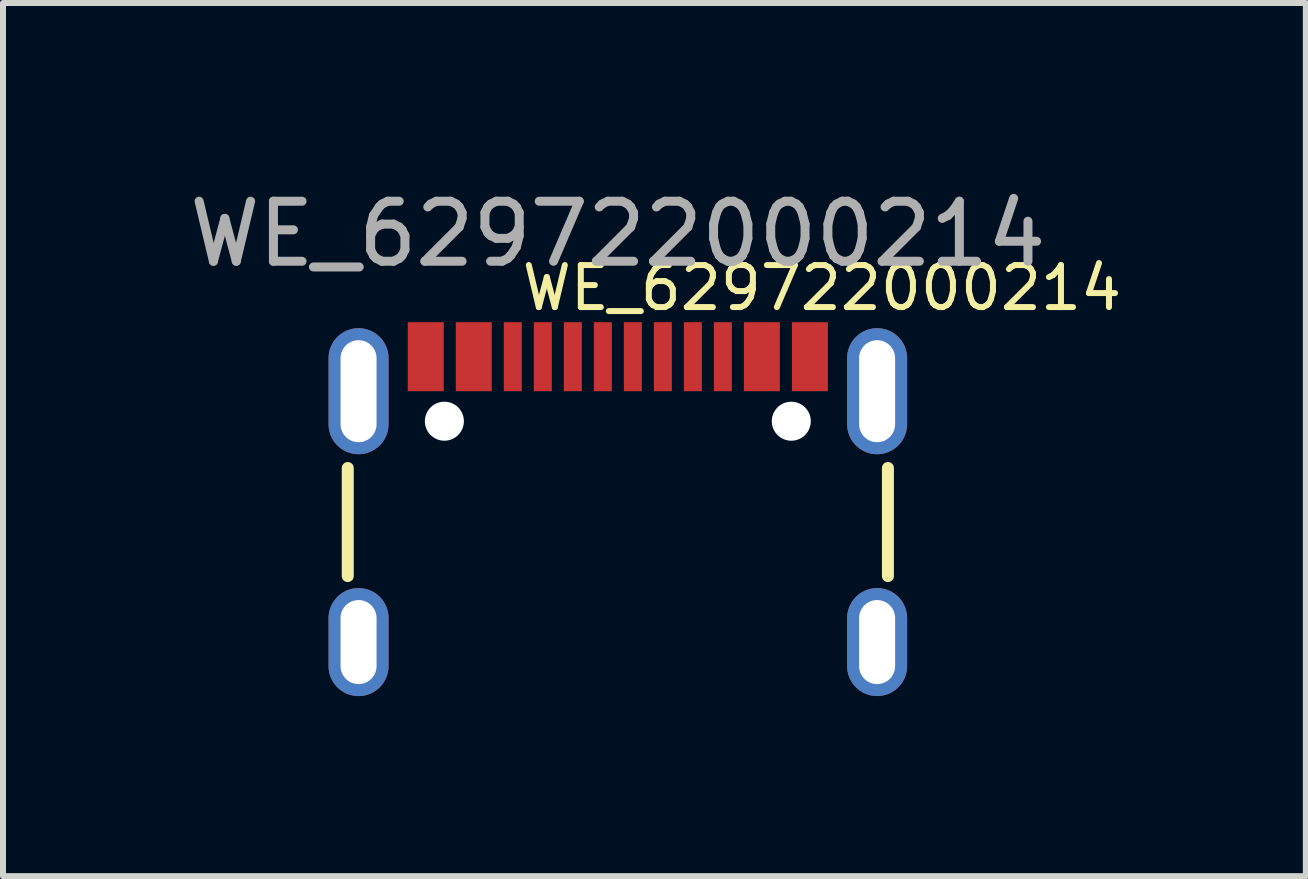
<source format=kicad_pcb>
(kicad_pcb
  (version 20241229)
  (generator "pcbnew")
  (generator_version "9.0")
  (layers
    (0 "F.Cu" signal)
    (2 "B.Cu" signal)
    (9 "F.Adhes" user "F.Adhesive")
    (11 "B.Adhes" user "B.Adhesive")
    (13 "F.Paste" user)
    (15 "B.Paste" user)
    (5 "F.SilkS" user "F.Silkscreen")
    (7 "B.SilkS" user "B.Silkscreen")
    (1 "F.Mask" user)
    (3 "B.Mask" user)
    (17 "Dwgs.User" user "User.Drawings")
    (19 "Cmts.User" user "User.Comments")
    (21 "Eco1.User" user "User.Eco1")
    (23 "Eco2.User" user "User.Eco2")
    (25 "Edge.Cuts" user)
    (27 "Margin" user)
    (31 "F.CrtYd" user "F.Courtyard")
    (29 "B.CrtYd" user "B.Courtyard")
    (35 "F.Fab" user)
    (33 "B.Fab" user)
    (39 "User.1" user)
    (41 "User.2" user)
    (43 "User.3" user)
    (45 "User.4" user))
  (footprint "WE_629722000214"
    (layer "F.Cu")
    (at 7.244 7.648)
    (property "Reference" "WE_629722000214" (at 3.4 -5.9 0) (unlocked yes) (layer "F.SilkS") (effects (font (size 0.7 0.7) (thickness 0.1))))
    (attr through_hole)
    (fp_line (start -4.5 -2.9) (end -4.5 -1.1) (stroke (width 0.2) (type default)) (layer "F.SilkS"))
    (fp_line (start 4.5 -2.9) (end 4.5 -1.1) (stroke (width 0.2) (type default)) (layer "F.SilkS"))
    (fp_text user "${REFERENCE}" (at 0 -6.8 0) (unlocked yes) (layer "F.Fab") (effects (font (size 1 1) (thickness 0.15))))
    (pad "" np_thru_hole circle (at -2.89 -3.68 90) (size 0.65 0.65) (drill 0.65) (layers "*.Cu" "*.Mask"))
    (pad "" np_thru_hole circle (at 2.89 -3.68 90) (size 0.65 0.65) (drill 0.65) (layers "*.Cu" "*.Mask"))
    (pad "A1" smd rect (at -3.2 -4.755 90) (size 1.15 0.6) (layers "F.Cu" "F.Mask" "F.Paste"))
    (pad "A4" smd rect (at -2.4 -4.755 90) (size 1.15 0.6) (layers "F.Cu" "F.Mask" "F.Paste"))
    (pad "A5" smd rect (at -1.25 -4.755 90) (size 1.15 0.3) (layers "F.Cu" "F.Mask" "F.Paste"))
    (pad "A6" smd rect (at -0.25 -4.755 90) (size 1.15 0.3) (layers "F.Cu" "F.Mask" "F.Paste"))
    (pad "A7" smd rect (at 0.25 -4.755 90) (size 1.15 0.3) (layers "F.Cu" "F.Mask" "F.Paste"))
    (pad "A8" smd rect (at 1.25 -4.755 90) (size 1.15 0.3) (layers "F.Cu" "F.Mask" "F.Paste"))
    (pad "B1" smd rect (at 3.2 -4.755 90) (size 1.15 0.6) (layers "F.Cu" "F.Mask" "F.Paste"))
    (pad "B4" smd rect (at 2.4 -4.755 90) (size 1.15 0.6) (layers "F.Cu" "F.Mask" "F.Paste"))
    (pad "B5" smd rect (at 1.75 -4.755 90) (size 1.15 0.3) (layers "F.Cu" "F.Mask" "F.Paste"))
    (pad "B6" smd rect (at 0.75 -4.755 90) (size 1.15 0.3) (layers "F.Cu" "F.Mask" "F.Paste"))
    (pad "B7" smd rect (at -0.75 -4.755 90) (size 1.15 0.3) (layers "F.Cu" "F.Mask" "F.Paste"))
    (pad "B8" smd rect (at -1.75 -4.755 90) (size 1.15 0.3) (layers "F.Cu" "F.Mask" "F.Paste"))
    (pad "S1" thru_hole oval (at -4.32 -4.18 90) (size 2.1 1) (drill oval 1.7 0.6) (layers "*.Cu" "*.Mask"))
    (pad "S1" thru_hole oval (at -4.32 0 90) (size 1.8 1) (drill oval 1.4 0.6) (layers "*.Cu" "*.Mask"))
    (pad "S1" thru_hole oval (at 4.32 -4.18 90) (size 2.1 1) (drill oval 1.7 0.6) (layers "*.Cu" "*.Mask"))
    (pad "S1" thru_hole oval (at 4.32 0 90) (size 1.8 1) (drill oval 1.4 0.6) (layers "*.Cu" "*.Mask")))
  (gr_rect
    (start -3 -3)
    (end 18.707 11.548)
    (stroke (width 0.1) (type default))
    (fill no)
    (layer "Edge.Cuts")))
</source>
